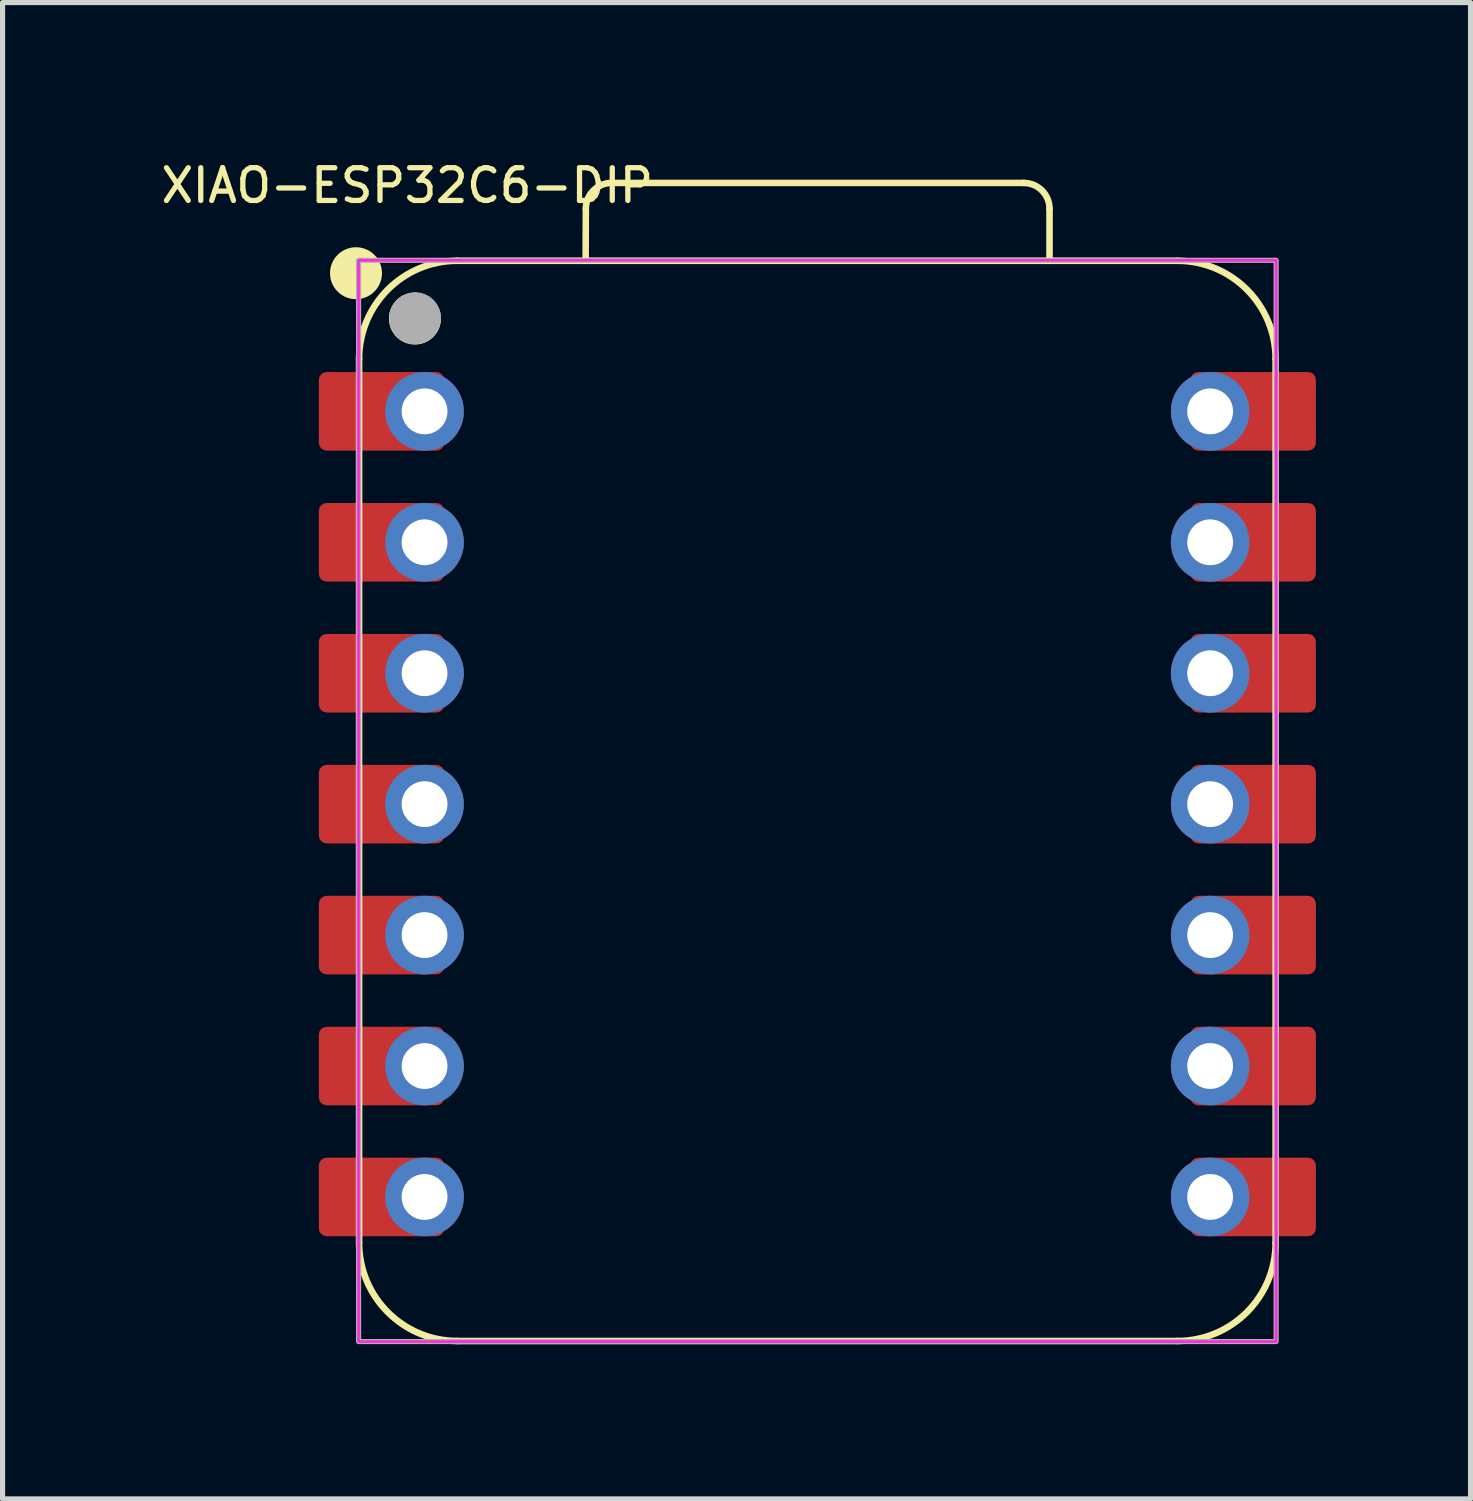
<source format=kicad_pcb>
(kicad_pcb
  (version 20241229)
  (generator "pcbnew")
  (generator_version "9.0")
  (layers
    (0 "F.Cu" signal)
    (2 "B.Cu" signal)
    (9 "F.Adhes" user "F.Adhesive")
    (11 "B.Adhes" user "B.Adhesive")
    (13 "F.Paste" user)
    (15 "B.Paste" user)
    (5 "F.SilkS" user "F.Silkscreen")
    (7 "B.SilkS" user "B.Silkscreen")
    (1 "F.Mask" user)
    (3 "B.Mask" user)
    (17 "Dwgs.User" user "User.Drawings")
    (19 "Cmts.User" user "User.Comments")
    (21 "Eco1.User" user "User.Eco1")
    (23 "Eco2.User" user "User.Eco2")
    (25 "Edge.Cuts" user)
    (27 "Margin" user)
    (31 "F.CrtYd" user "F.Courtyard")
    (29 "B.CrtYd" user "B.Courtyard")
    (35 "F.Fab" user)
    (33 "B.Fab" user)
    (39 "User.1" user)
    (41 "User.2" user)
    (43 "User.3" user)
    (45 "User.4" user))
  (footprint "XIAO-ESP32C6-DIP"
    (layer "F.Cu")
    (at 12.851 12.55)
    (property "Reference" "XIAO-ESP32C6-DIP" (at -8 -12 0) (unlocked yes) (layer "F.SilkS") (effects (font (size 0.635 0.635) (thickness 0.102))))
    (attr smd)
    (fp_line (start -8.935 8.509) (end -8.935 -8.636) (stroke (width 0.127) (type solid)) (layer "F.SilkS"))
    (fp_line (start -7.03 10.414) (end 6.94 10.414) (stroke (width 0.127) (type solid)) (layer "F.SilkS"))
    (fp_line (start -4.54 -10.541) (end -4.536 -11.551) (stroke (width 0.127) (type solid)) (layer "F.SilkS"))
    (fp_line (start -4.036 -12.051) (end 3.959 -12.051) (stroke (width 0.127) (type solid)) (layer "F.SilkS"))
    (fp_line (start 4.459 -11.551) (end 4.459 -10.541) (stroke (width 0.127) (type solid)) (layer "F.SilkS"))
    (fp_line (start 6.94 -10.541) (end -7.03 -10.541) (stroke (width 0.1) (type solid)) (layer "F.SilkS"))
    (fp_line (start 6.94 -10.541) (end -7.03 -10.541) (stroke (width 0.127) (type solid)) (layer "F.SilkS"))
    (fp_line (start 8.845 8.509) (end 8.845 -8.636) (stroke (width 0.127) (type solid)) (layer "F.SilkS"))
    (fp_arc (start -8.935 -8.636) (mid -8.377038 -9.983038) (end -7.03 -10.541) (stroke (width 0.127) (type solid)) (layer "F.SilkS"))
    (fp_arc (start -7.03 10.414) (mid -8.377038 9.856038) (end -8.935 8.509) (stroke (width 0.127) (type solid)) (layer "F.SilkS"))
    (fp_arc (start -4.536272 -11.551272) (mid -4.389728 -11.90464) (end -4.036272 -12.051) (stroke (width 0.127) (type default)) (layer "F.SilkS"))
    (fp_arc (start 3.959 -12.051) (mid 4.312553 -11.904553) (end 4.459 -11.551) (stroke (width 0.127) (type default)) (layer "F.SilkS"))
    (fp_arc (start 6.94 -10.541) (mid 8.287038 -9.983038) (end 8.845 -8.636) (stroke (width 0.127) (type solid)) (layer "F.SilkS"))
    (fp_arc (start 8.845 8.509) (mid 8.287038 9.856038) (end 6.94 10.414) (stroke (width 0.127) (type solid)) (layer "F.SilkS"))
    (fp_circle (center -8.995 -10.3) (end -8.995 -10.554) (stroke (width 0.5) (type solid)) (fill yes) (layer "F.SilkS"))
    (fp_circle (center -7.852 -9.42) (end -7.852 -9.674) (stroke (width 0.5) (type solid)) (fill yes) (layer "F.SilkS"))
    (fp_rect (start -8.945 -10.55) (end 8.855 10.425) (stroke (width 0.05) (type default)) (fill no) (layer "F.CrtYd"))
    (fp_rect (start -8.945 -10.55) (end 8.855 10.425) (stroke (width 0.1) (type default)) (fill no) (layer "F.Fab"))
    (fp_circle (center -7.849 -9.426) (end -7.849 -9.68) (stroke (width 0.5) (type solid)) (fill no) (layer "F.Fab"))
    (pad "1" smd roundrect (at -8.5 -7.62 180) (size 2.432 1.524) (layers "F.Cu" "F.Mask") (roundrect_rratio 0.1))
    (pad "1" thru_hole circle (at -7.665 -7.62 180) (size 1.524 1.524) (drill 0.889) (layers "*.Cu" "*.Mask"))
    (pad "2" smd roundrect (at -8.5 -5.08 180) (size 2.432 1.524) (layers "F.Cu" "F.Mask") (roundrect_rratio 0.1))
    (pad "2" thru_hole circle (at -7.665 -5.08 180) (size 1.524 1.524) (drill 0.889) (layers "*.Cu" "*.Mask"))
    (pad "3" smd roundrect (at -8.5 -2.54 180) (size 2.432 1.524) (layers "F.Cu" "F.Mask") (roundrect_rratio 0.1))
    (pad "3" thru_hole circle (at -7.665 -2.54 180) (size 1.524 1.524) (drill 0.889) (layers "*.Cu" "*.Mask"))
    (pad "4" smd roundrect (at -8.5 0 180) (size 2.432 1.524) (layers "F.Cu" "F.Mask") (roundrect_rratio 0.1))
    (pad "4" thru_hole circle (at -7.665 0 180) (size 1.524 1.524) (drill 0.889) (layers "*.Cu" "*.Mask"))
    (pad "5" smd roundrect (at -8.5 2.54 180) (size 2.432 1.524) (layers "F.Cu" "F.Mask") (roundrect_rratio 0.1))
    (pad "5" thru_hole circle (at -7.665 2.54 180) (size 1.524 1.524) (drill 0.889) (layers "*.Cu" "*.Mask"))
    (pad "6" smd roundrect (at -8.5 5.08 180) (size 2.432 1.524) (layers "F.Cu" "F.Mask") (roundrect_rratio 0.1))
    (pad "6" thru_hole circle (at -7.665 5.08 180) (size 1.524 1.524) (drill 0.889) (layers "*.Cu" "*.Mask"))
    (pad "7" smd roundrect (at -8.5 7.62 180) (size 2.432 1.524) (layers "F.Cu" "F.Mask") (roundrect_rratio 0.1))
    (pad "7" thru_hole circle (at -7.665 7.62 180) (size 1.524 1.524) (drill 0.889) (layers "*.Cu" "*.Mask"))
    (pad "8" thru_hole circle (at 7.575 7.62) (size 1.524 1.524) (drill 0.889) (layers "*.Cu" "*.Mask"))
    (pad "8" smd roundrect (at 8.41 7.62) (size 2.432 1.524) (layers "F.Cu" "F.Mask") (roundrect_rratio 0.1))
    (pad "9" thru_hole circle (at 7.575 5.08) (size 1.524 1.524) (drill 0.889) (layers "*.Cu" "*.Mask"))
    (pad "9" smd roundrect (at 8.41 5.08) (size 2.432 1.524) (layers "F.Cu" "F.Mask") (roundrect_rratio 0.1))
    (pad "10" thru_hole circle (at 7.575 2.54) (size 1.524 1.524) (drill 0.889) (layers "*.Cu" "*.Mask"))
    (pad "10" smd roundrect (at 8.41 2.54) (size 2.432 1.524) (layers "F.Cu" "F.Mask") (roundrect_rratio 0.1))
    (pad "11" thru_hole circle (at 7.575 0) (size 1.524 1.524) (drill 0.889) (layers "*.Cu" "*.Mask"))
    (pad "11" smd roundrect (at 8.41 0) (size 2.432 1.524) (layers "F.Cu" "F.Mask") (roundrect_rratio 0.1))
    (pad "12" thru_hole circle (at 7.575 -2.54) (size 1.524 1.524) (drill 0.889) (layers "*.Cu" "*.Mask"))
    (pad "12" smd roundrect (at 8.41 -2.54) (size 2.432 1.524) (layers "F.Cu" "F.Mask") (roundrect_rratio 0.1))
    (pad "13" thru_hole circle (at 7.575 -5.08) (size 1.524 1.524) (drill 0.889) (layers "*.Cu" "*.Mask"))
    (pad "13" smd roundrect (at 8.41 -5.08) (size 2.432 1.524) (layers "F.Cu" "F.Mask") (roundrect_rratio 0.1))
    (pad "14" thru_hole circle (at 7.575 -7.62) (size 1.524 1.524) (drill 0.889) (layers "*.Cu" "*.Mask"))
    (pad "14" smd roundrect (at 8.41 -7.62) (size 2.432 1.524) (layers "F.Cu" "F.Mask") (roundrect_rratio 0.1)))
  (gr_rect
    (start -3 -3)
    (end 25.477 26.027)
    (stroke (width 0.1) (type default))
    (fill no)
    (layer "Edge.Cuts")))
</source>
